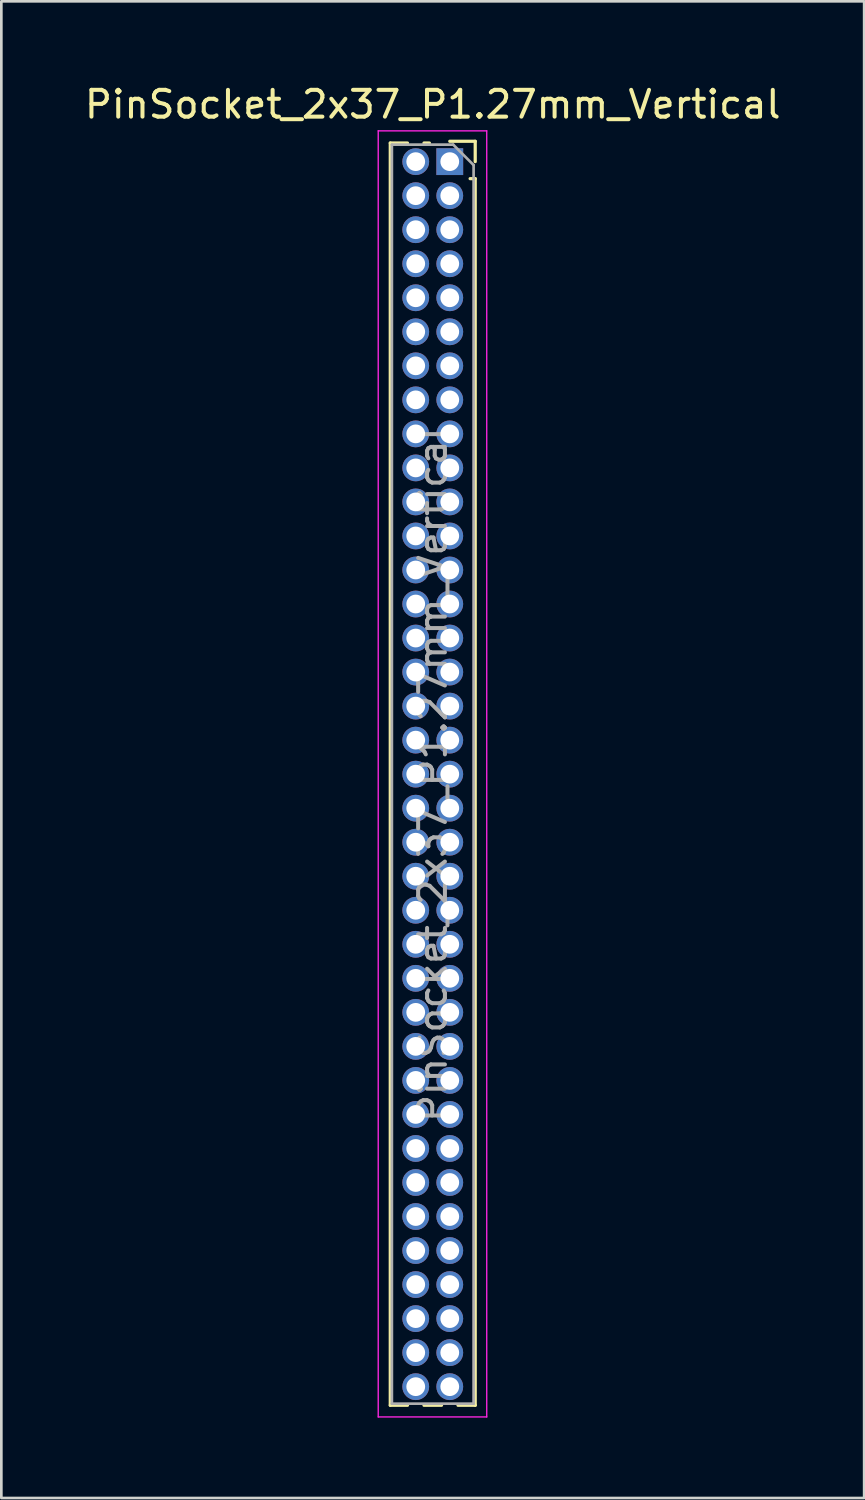
<source format=kicad_pcb>
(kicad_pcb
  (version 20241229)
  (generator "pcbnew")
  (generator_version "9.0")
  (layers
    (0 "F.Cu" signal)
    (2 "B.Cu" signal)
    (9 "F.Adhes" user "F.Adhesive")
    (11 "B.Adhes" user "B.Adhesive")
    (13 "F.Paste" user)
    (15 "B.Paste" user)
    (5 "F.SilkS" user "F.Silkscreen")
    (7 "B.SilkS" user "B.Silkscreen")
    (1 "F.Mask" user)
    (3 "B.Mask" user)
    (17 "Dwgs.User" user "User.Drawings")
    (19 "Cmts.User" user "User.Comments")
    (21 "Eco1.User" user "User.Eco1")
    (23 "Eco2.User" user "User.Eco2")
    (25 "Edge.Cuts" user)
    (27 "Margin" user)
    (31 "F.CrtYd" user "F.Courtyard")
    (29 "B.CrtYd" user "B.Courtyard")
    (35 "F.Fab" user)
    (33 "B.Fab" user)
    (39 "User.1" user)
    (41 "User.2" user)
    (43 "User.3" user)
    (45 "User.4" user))
  (footprint "PinSocket_2x37_P1.27mm_Vertical"
    (layer "F.Cu")
    (at 13.736 2.983)
    (property "Reference" "PinSocket_2x37_P1.27mm_Vertical" (at -0.635 -2.135 0) (layer "F.SilkS") (effects (font (size 1 1) (thickness 0.15))))
    (attr through_hole)
    (fp_line (start -2.22 -0.695) (end -2.22 46.415) (stroke (width 0.12) (type solid)) (layer "F.SilkS"))
    (fp_line (start -2.22 -0.695) (end -1.578 -0.695) (stroke (width 0.12) (type solid)) (layer "F.SilkS"))
    (fp_line (start -2.22 46.415) (end -1.578 46.415) (stroke (width 0.12) (type solid)) (layer "F.SilkS"))
    (fp_line (start -0.962 -0.695) (end -0.76 -0.695) (stroke (width 0.12) (type solid)) (layer "F.SilkS"))
    (fp_line (start -0.962 46.415) (end -0.308 46.415) (stroke (width 0.12) (type solid)) (layer "F.SilkS"))
    (fp_line (start 0 -0.76) (end 0.95 -0.76) (stroke (width 0.12) (type solid)) (layer "F.SilkS"))
    (fp_line (start 0.308 46.415) (end 0.95 46.415) (stroke (width 0.12) (type solid)) (layer "F.SilkS"))
    (fp_line (start 0.76 0.635) (end 0.95 0.635) (stroke (width 0.12) (type solid)) (layer "F.SilkS"))
    (fp_line (start 0.95 -0.76) (end 0.95 0) (stroke (width 0.12) (type solid)) (layer "F.SilkS"))
    (fp_line (start 0.95 0.635) (end 0.95 46.415) (stroke (width 0.12) (type solid)) (layer "F.SilkS"))
    (fp_line (start -2.67 -1.15) (end 1.38 -1.15) (stroke (width 0.05) (type solid)) (layer "F.CrtYd"))
    (fp_line (start -2.67 46.85) (end -2.67 -1.15) (stroke (width 0.05) (type solid)) (layer "F.CrtYd"))
    (fp_line (start 1.38 -1.15) (end 1.38 46.85) (stroke (width 0.05) (type solid)) (layer "F.CrtYd"))
    (fp_line (start 1.38 46.85) (end -2.67 46.85) (stroke (width 0.05) (type solid)) (layer "F.CrtYd"))
    (fp_line (start -2.16 -0.635) (end 0.128 -0.635) (stroke (width 0.1) (type solid)) (layer "F.Fab"))
    (fp_line (start -2.16 46.355) (end -2.16 -0.635) (stroke (width 0.1) (type solid)) (layer "F.Fab"))
    (fp_line (start 0.128 -0.635) (end 0.89 0.128) (stroke (width 0.1) (type solid)) (layer "F.Fab"))
    (fp_line (start 0.89 0.128) (end 0.89 46.355) (stroke (width 0.1) (type solid)) (layer "F.Fab"))
    (fp_line (start 0.89 46.355) (end -2.16 46.355) (stroke (width 0.1) (type solid)) (layer "F.Fab"))
    (fp_text user "${REFERENCE}" (at -0.635 22.86 90) (layer "F.Fab") (effects (font (size 1 1) (thickness 0.15))))
    (pad "1" thru_hole rect (at 0 0) (size 1 1) (drill 0.7) (layers "*.Cu" "*.Mask"))
    (pad "2" thru_hole circle (at -1.27 0) (size 1 1) (drill 0.7) (layers "*.Cu" "*.Mask"))
    (pad "3" thru_hole circle (at 0 1.27) (size 1 1) (drill 0.7) (layers "*.Cu" "*.Mask"))
    (pad "4" thru_hole circle (at -1.27 1.27) (size 1 1) (drill 0.7) (layers "*.Cu" "*.Mask"))
    (pad "5" thru_hole circle (at 0 2.54) (size 1 1) (drill 0.7) (layers "*.Cu" "*.Mask"))
    (pad "6" thru_hole circle (at -1.27 2.54) (size 1 1) (drill 0.7) (layers "*.Cu" "*.Mask"))
    (pad "7" thru_hole circle (at 0 3.81) (size 1 1) (drill 0.7) (layers "*.Cu" "*.Mask"))
    (pad "8" thru_hole circle (at -1.27 3.81) (size 1 1) (drill 0.7) (layers "*.Cu" "*.Mask"))
    (pad "9" thru_hole circle (at 0 5.08) (size 1 1) (drill 0.7) (layers "*.Cu" "*.Mask"))
    (pad "10" thru_hole circle (at -1.27 5.08) (size 1 1) (drill 0.7) (layers "*.Cu" "*.Mask"))
    (pad "11" thru_hole circle (at 0 6.35) (size 1 1) (drill 0.7) (layers "*.Cu" "*.Mask"))
    (pad "12" thru_hole circle (at -1.27 6.35) (size 1 1) (drill 0.7) (layers "*.Cu" "*.Mask"))
    (pad "13" thru_hole circle (at 0 7.62) (size 1 1) (drill 0.7) (layers "*.Cu" "*.Mask"))
    (pad "14" thru_hole circle (at -1.27 7.62) (size 1 1) (drill 0.7) (layers "*.Cu" "*.Mask"))
    (pad "15" thru_hole circle (at 0 8.89) (size 1 1) (drill 0.7) (layers "*.Cu" "*.Mask"))
    (pad "16" thru_hole circle (at -1.27 8.89) (size 1 1) (drill 0.7) (layers "*.Cu" "*.Mask"))
    (pad "17" thru_hole circle (at 0 10.16) (size 1 1) (drill 0.7) (layers "*.Cu" "*.Mask"))
    (pad "18" thru_hole circle (at -1.27 10.16) (size 1 1) (drill 0.7) (layers "*.Cu" "*.Mask"))
    (pad "19" thru_hole circle (at 0 11.43) (size 1 1) (drill 0.7) (layers "*.Cu" "*.Mask"))
    (pad "20" thru_hole circle (at -1.27 11.43) (size 1 1) (drill 0.7) (layers "*.Cu" "*.Mask"))
    (pad "21" thru_hole circle (at 0 12.7) (size 1 1) (drill 0.7) (layers "*.Cu" "*.Mask"))
    (pad "22" thru_hole circle (at -1.27 12.7) (size 1 1) (drill 0.7) (layers "*.Cu" "*.Mask"))
    (pad "23" thru_hole circle (at 0 13.97) (size 1 1) (drill 0.7) (layers "*.Cu" "*.Mask"))
    (pad "24" thru_hole circle (at -1.27 13.97) (size 1 1) (drill 0.7) (layers "*.Cu" "*.Mask"))
    (pad "25" thru_hole circle (at 0 15.24) (size 1 1) (drill 0.7) (layers "*.Cu" "*.Mask"))
    (pad "26" thru_hole circle (at -1.27 15.24) (size 1 1) (drill 0.7) (layers "*.Cu" "*.Mask"))
    (pad "27" thru_hole circle (at 0 16.51) (size 1 1) (drill 0.7) (layers "*.Cu" "*.Mask"))
    (pad "28" thru_hole circle (at -1.27 16.51) (size 1 1) (drill 0.7) (layers "*.Cu" "*.Mask"))
    (pad "29" thru_hole circle (at 0 17.78) (size 1 1) (drill 0.7) (layers "*.Cu" "*.Mask"))
    (pad "30" thru_hole circle (at -1.27 17.78) (size 1 1) (drill 0.7) (layers "*.Cu" "*.Mask"))
    (pad "31" thru_hole circle (at 0 19.05) (size 1 1) (drill 0.7) (layers "*.Cu" "*.Mask"))
    (pad "32" thru_hole circle (at -1.27 19.05) (size 1 1) (drill 0.7) (layers "*.Cu" "*.Mask"))
    (pad "33" thru_hole circle (at 0 20.32) (size 1 1) (drill 0.7) (layers "*.Cu" "*.Mask"))
    (pad "34" thru_hole circle (at -1.27 20.32) (size 1 1) (drill 0.7) (layers "*.Cu" "*.Mask"))
    (pad "35" thru_hole circle (at 0 21.59) (size 1 1) (drill 0.7) (layers "*.Cu" "*.Mask"))
    (pad "36" thru_hole circle (at -1.27 21.59) (size 1 1) (drill 0.7) (layers "*.Cu" "*.Mask"))
    (pad "37" thru_hole circle (at 0 22.86) (size 1 1) (drill 0.7) (layers "*.Cu" "*.Mask"))
    (pad "38" thru_hole circle (at -1.27 22.86) (size 1 1) (drill 0.7) (layers "*.Cu" "*.Mask"))
    (pad "39" thru_hole circle (at 0 24.13) (size 1 1) (drill 0.7) (layers "*.Cu" "*.Mask"))
    (pad "40" thru_hole circle (at -1.27 24.13) (size 1 1) (drill 0.7) (layers "*.Cu" "*.Mask"))
    (pad "41" thru_hole circle (at 0 25.4) (size 1 1) (drill 0.7) (layers "*.Cu" "*.Mask"))
    (pad "42" thru_hole circle (at -1.27 25.4) (size 1 1) (drill 0.7) (layers "*.Cu" "*.Mask"))
    (pad "43" thru_hole circle (at 0 26.67) (size 1 1) (drill 0.7) (layers "*.Cu" "*.Mask"))
    (pad "44" thru_hole circle (at -1.27 26.67) (size 1 1) (drill 0.7) (layers "*.Cu" "*.Mask"))
    (pad "45" thru_hole circle (at 0 27.94) (size 1 1) (drill 0.7) (layers "*.Cu" "*.Mask"))
    (pad "46" thru_hole circle (at -1.27 27.94) (size 1 1) (drill 0.7) (layers "*.Cu" "*.Mask"))
    (pad "47" thru_hole circle (at 0 29.21) (size 1 1) (drill 0.7) (layers "*.Cu" "*.Mask"))
    (pad "48" thru_hole circle (at -1.27 29.21) (size 1 1) (drill 0.7) (layers "*.Cu" "*.Mask"))
    (pad "49" thru_hole circle (at 0 30.48) (size 1 1) (drill 0.7) (layers "*.Cu" "*.Mask"))
    (pad "50" thru_hole circle (at -1.27 30.48) (size 1 1) (drill 0.7) (layers "*.Cu" "*.Mask"))
    (pad "51" thru_hole circle (at 0 31.75) (size 1 1) (drill 0.7) (layers "*.Cu" "*.Mask"))
    (pad "52" thru_hole circle (at -1.27 31.75) (size 1 1) (drill 0.7) (layers "*.Cu" "*.Mask"))
    (pad "53" thru_hole circle (at 0 33.02) (size 1 1) (drill 0.7) (layers "*.Cu" "*.Mask"))
    (pad "54" thru_hole circle (at -1.27 33.02) (size 1 1) (drill 0.7) (layers "*.Cu" "*.Mask"))
    (pad "55" thru_hole circle (at 0 34.29) (size 1 1) (drill 0.7) (layers "*.Cu" "*.Mask"))
    (pad "56" thru_hole circle (at -1.27 34.29) (size 1 1) (drill 0.7) (layers "*.Cu" "*.Mask"))
    (pad "57" thru_hole circle (at 0 35.56) (size 1 1) (drill 0.7) (layers "*.Cu" "*.Mask"))
    (pad "58" thru_hole circle (at -1.27 35.56) (size 1 1) (drill 0.7) (layers "*.Cu" "*.Mask"))
    (pad "59" thru_hole circle (at 0 36.83) (size 1 1) (drill 0.7) (layers "*.Cu" "*.Mask"))
    (pad "60" thru_hole circle (at -1.27 36.83) (size 1 1) (drill 0.7) (layers "*.Cu" "*.Mask"))
    (pad "61" thru_hole circle (at 0 38.1) (size 1 1) (drill 0.7) (layers "*.Cu" "*.Mask"))
    (pad "62" thru_hole circle (at -1.27 38.1) (size 1 1) (drill 0.7) (layers "*.Cu" "*.Mask"))
    (pad "63" thru_hole circle (at 0 39.37) (size 1 1) (drill 0.7) (layers "*.Cu" "*.Mask"))
    (pad "64" thru_hole circle (at -1.27 39.37) (size 1 1) (drill 0.7) (layers "*.Cu" "*.Mask"))
    (pad "65" thru_hole circle (at 0 40.64) (size 1 1) (drill 0.7) (layers "*.Cu" "*.Mask"))
    (pad "66" thru_hole circle (at -1.27 40.64) (size 1 1) (drill 0.7) (layers "*.Cu" "*.Mask"))
    (pad "67" thru_hole circle (at 0 41.91) (size 1 1) (drill 0.7) (layers "*.Cu" "*.Mask"))
    (pad "68" thru_hole circle (at -1.27 41.91) (size 1 1) (drill 0.7) (layers "*.Cu" "*.Mask"))
    (pad "69" thru_hole circle (at 0 43.18) (size 1 1) (drill 0.7) (layers "*.Cu" "*.Mask"))
    (pad "70" thru_hole circle (at -1.27 43.18) (size 1 1) (drill 0.7) (layers "*.Cu" "*.Mask"))
    (pad "71" thru_hole circle (at 0 44.45) (size 1 1) (drill 0.7) (layers "*.Cu" "*.Mask"))
    (pad "72" thru_hole circle (at -1.27 44.45) (size 1 1) (drill 0.7) (layers "*.Cu" "*.Mask"))
    (pad "73" thru_hole circle (at 0 45.72) (size 1 1) (drill 0.7) (layers "*.Cu" "*.Mask"))
    (pad "74" thru_hole circle (at -1.27 45.72) (size 1 1) (drill 0.7) (layers "*.Cu" "*.Mask")))
  (gr_rect
    (start -3 -3)
    (end 29.202 52.858)
    (stroke (width 0.1) (type default))
    (fill no)
    (layer "Edge.Cuts")))
</source>
